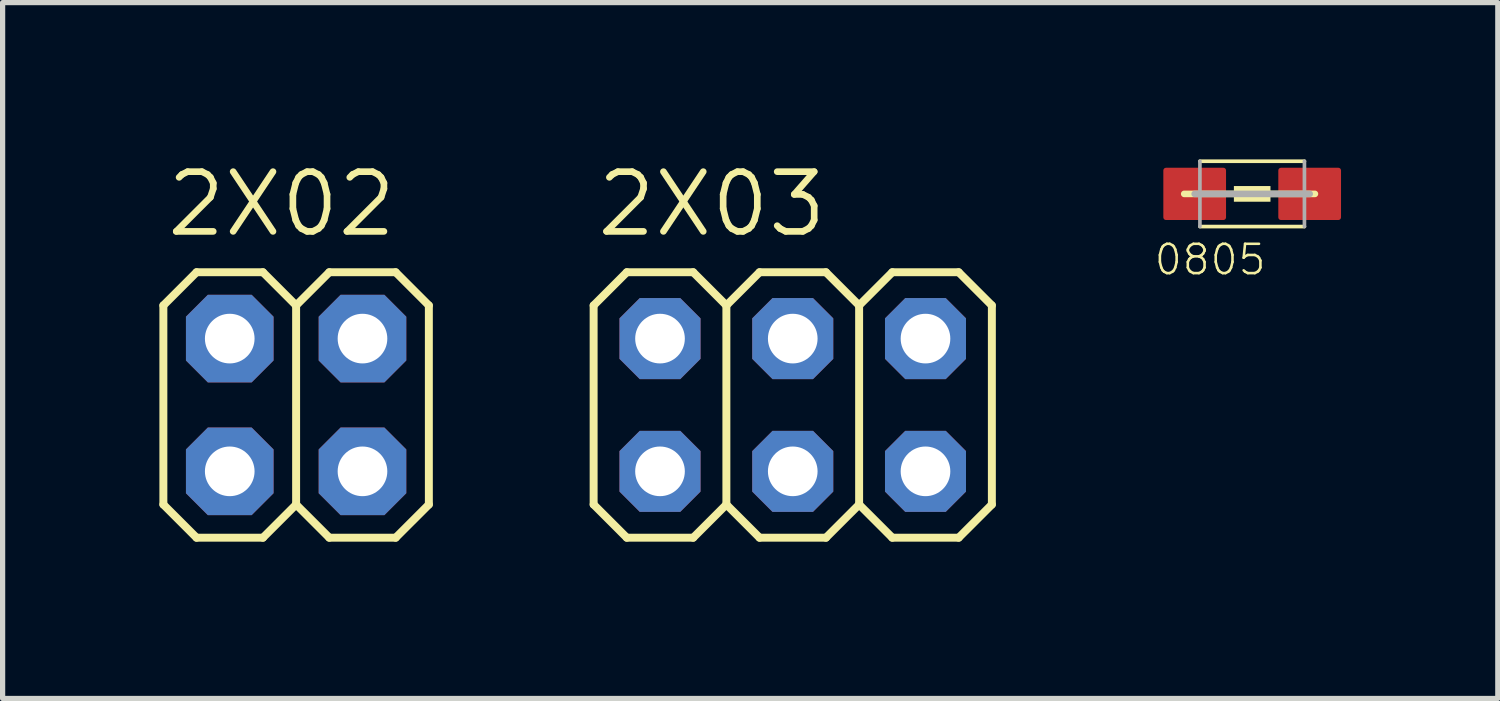
<source format=kicad_pcb>
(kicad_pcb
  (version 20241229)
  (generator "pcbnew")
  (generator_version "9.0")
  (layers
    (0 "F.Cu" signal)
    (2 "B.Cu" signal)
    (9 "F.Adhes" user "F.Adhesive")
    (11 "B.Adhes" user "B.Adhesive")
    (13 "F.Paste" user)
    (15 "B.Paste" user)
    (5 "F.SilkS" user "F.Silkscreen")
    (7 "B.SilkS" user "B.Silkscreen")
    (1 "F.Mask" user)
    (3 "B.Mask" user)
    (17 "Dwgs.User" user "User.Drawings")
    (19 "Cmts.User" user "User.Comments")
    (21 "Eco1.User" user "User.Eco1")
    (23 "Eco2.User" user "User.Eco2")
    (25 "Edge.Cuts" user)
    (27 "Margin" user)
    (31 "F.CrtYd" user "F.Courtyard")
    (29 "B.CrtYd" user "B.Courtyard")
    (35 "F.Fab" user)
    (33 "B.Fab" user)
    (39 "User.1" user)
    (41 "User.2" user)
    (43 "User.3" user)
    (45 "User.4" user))
  (footprint "2X02"
    (layer "F.Cu")
    (at 2.616 4.699)
    (property "Reference" "2X02" (at -2.54 -3.175 0) (layer "F.SilkS") (effects (font (size 1.143 1.143) (thickness 0.127)) (justify left bottom)))
    (fp_line (start -2.54 -1.905) (end -1.905 -2.54) (stroke (width 0.152) (type solid)) (layer "F.SilkS"))
    (fp_line (start -2.54 1.905) (end -2.54 -1.905) (stroke (width 0.152) (type solid)) (layer "F.SilkS"))
    (fp_line (start -2.54 1.905) (end -1.905 2.54) (stroke (width 0.152) (type solid)) (layer "F.SilkS"))
    (fp_line (start -1.905 -2.54) (end -0.635 -2.54) (stroke (width 0.152) (type solid)) (layer "F.SilkS"))
    (fp_line (start -1.905 2.54) (end -0.635 2.54) (stroke (width 0.152) (type solid)) (layer "F.SilkS"))
    (fp_line (start -0.635 -2.54) (end 0 -1.905) (stroke (width 0.152) (type solid)) (layer "F.SilkS"))
    (fp_line (start -0.635 2.54) (end 0 1.905) (stroke (width 0.152) (type solid)) (layer "F.SilkS"))
    (fp_line (start 0 -1.905) (end 0 1.905) (stroke (width 0.152) (type solid)) (layer "F.SilkS"))
    (fp_line (start 0 -1.905) (end 0.635 -2.54) (stroke (width 0.152) (type solid)) (layer "F.SilkS"))
    (fp_line (start 0 1.905) (end 0.635 2.54) (stroke (width 0.152) (type solid)) (layer "F.SilkS"))
    (fp_line (start 0.635 -2.54) (end 1.905 -2.54) (stroke (width 0.152) (type solid)) (layer "F.SilkS"))
    (fp_line (start 0.635 2.54) (end 1.905 2.54) (stroke (width 0.152) (type solid)) (layer "F.SilkS"))
    (fp_line (start 1.905 -2.54) (end 2.54 -1.905) (stroke (width 0.152) (type solid)) (layer "F.SilkS"))
    (fp_line (start 1.905 2.54) (end 2.54 1.905) (stroke (width 0.152) (type solid)) (layer "F.SilkS"))
    (fp_line (start 2.54 -1.905) (end 2.54 1.905) (stroke (width 0.152) (type solid)) (layer "F.SilkS"))
    (fp_poly (pts (xy -1.524 -1.016) (xy -1.016 -1.016) (xy -1.016 -1.524) (xy -1.524 -1.524)) (stroke (width 0.1) (type solid)) (fill no) (layer "F.Fab"))
    (fp_poly (pts (xy -1.524 1.524) (xy -1.016 1.524) (xy -1.016 1.016) (xy -1.524 1.016)) (stroke (width 0.1) (type solid)) (fill no) (layer "F.Fab"))
    (fp_poly (pts (xy 1.016 -1.016) (xy 1.524 -1.016) (xy 1.524 -1.524) (xy 1.016 -1.524)) (stroke (width 0.1) (type solid)) (fill no) (layer "F.Fab"))
    (fp_poly (pts (xy 1.016 1.524) (xy 1.524 1.524) (xy 1.524 1.016) (xy 1.016 1.016)) (stroke (width 0.1) (type solid)) (fill no) (layer "F.Fab"))
    (pad "1" thru_hole roundrect (at -1.27 1.27) (size 1.676 1.676) (drill 0.95) (layers "*.Cu" "*.Mask") (roundrect_rratio 0.25) (chamfer_ratio 0.25) (chamfer top_left top_right bottom_left bottom_right))
    (pad "2" thru_hole roundrect (at -1.27 -1.27) (size 1.676 1.676) (drill 0.95) (layers "*.Cu" "*.Mask") (roundrect_rratio 0.25) (chamfer_ratio 0.25) (chamfer top_left top_right bottom_left bottom_right))
    (pad "3" thru_hole roundrect (at 1.27 1.27) (size 1.676 1.676) (drill 0.95) (layers "*.Cu" "*.Mask") (roundrect_rratio 0.25) (chamfer_ratio 0.25) (chamfer top_left top_right bottom_left bottom_right))
    (pad "4" thru_hole roundrect (at 1.27 -1.27) (size 1.676 1.676) (drill 0.95) (layers "*.Cu" "*.Mask") (roundrect_rratio 0.25) (chamfer_ratio 0.25) (chamfer top_left top_right bottom_left bottom_right)))
  (footprint "2X03"
    (layer "F.Cu")
    (at 12.119 4.699)
    (property "Reference" "2X03" (at -3.81 -3.175 0) (layer "F.SilkS") (effects (font (size 1.143 1.143) (thickness 0.127)) (justify left bottom)))
    (fp_line (start -3.81 -1.905) (end -3.175 -2.54) (stroke (width 0.152) (type solid)) (layer "F.SilkS"))
    (fp_line (start -3.81 1.905) (end -3.81 -1.905) (stroke (width 0.152) (type solid)) (layer "F.SilkS"))
    (fp_line (start -3.81 1.905) (end -3.175 2.54) (stroke (width 0.152) (type solid)) (layer "F.SilkS"))
    (fp_line (start -3.175 -2.54) (end -1.905 -2.54) (stroke (width 0.152) (type solid)) (layer "F.SilkS"))
    (fp_line (start -3.175 2.54) (end -1.905 2.54) (stroke (width 0.152) (type solid)) (layer "F.SilkS"))
    (fp_line (start -1.905 -2.54) (end -1.27 -1.905) (stroke (width 0.152) (type solid)) (layer "F.SilkS"))
    (fp_line (start -1.905 2.54) (end -1.27 1.905) (stroke (width 0.152) (type solid)) (layer "F.SilkS"))
    (fp_line (start -1.27 -1.905) (end -1.27 1.905) (stroke (width 0.152) (type solid)) (layer "F.SilkS"))
    (fp_line (start -1.27 -1.905) (end -0.635 -2.54) (stroke (width 0.152) (type solid)) (layer "F.SilkS"))
    (fp_line (start -1.27 1.905) (end -0.635 2.54) (stroke (width 0.152) (type solid)) (layer "F.SilkS"))
    (fp_line (start -0.635 -2.54) (end 0.635 -2.54) (stroke (width 0.152) (type solid)) (layer "F.SilkS"))
    (fp_line (start -0.635 2.54) (end 0.635 2.54) (stroke (width 0.152) (type solid)) (layer "F.SilkS"))
    (fp_line (start 0.635 -2.54) (end 1.27 -1.905) (stroke (width 0.152) (type solid)) (layer "F.SilkS"))
    (fp_line (start 0.635 2.54) (end 1.27 1.905) (stroke (width 0.152) (type solid)) (layer "F.SilkS"))
    (fp_line (start 1.27 -1.905) (end 1.27 1.905) (stroke (width 0.152) (type solid)) (layer "F.SilkS"))
    (fp_line (start 1.27 -1.905) (end 1.905 -2.54) (stroke (width 0.152) (type solid)) (layer "F.SilkS"))
    (fp_line (start 1.27 1.905) (end 1.905 2.54) (stroke (width 0.152) (type solid)) (layer "F.SilkS"))
    (fp_line (start 1.905 -2.54) (end 3.175 -2.54) (stroke (width 0.152) (type solid)) (layer "F.SilkS"))
    (fp_line (start 1.905 2.54) (end 3.175 2.54) (stroke (width 0.152) (type solid)) (layer "F.SilkS"))
    (fp_line (start 3.175 -2.54) (end 3.81 -1.905) (stroke (width 0.152) (type solid)) (layer "F.SilkS"))
    (fp_line (start 3.175 2.54) (end 3.81 1.905) (stroke (width 0.152) (type solid)) (layer "F.SilkS"))
    (fp_line (start 3.81 -1.905) (end 3.81 1.905) (stroke (width 0.152) (type solid)) (layer "F.SilkS"))
    (fp_poly (pts (xy -2.794 -1.016) (xy -2.286 -1.016) (xy -2.286 -1.524) (xy -2.794 -1.524)) (stroke (width 0.1) (type solid)) (fill no) (layer "F.Fab"))
    (fp_poly (pts (xy -2.794 1.524) (xy -2.286 1.524) (xy -2.286 1.016) (xy -2.794 1.016)) (stroke (width 0.1) (type solid)) (fill no) (layer "F.Fab"))
    (fp_poly (pts (xy -0.254 -1.016) (xy 0.254 -1.016) (xy 0.254 -1.524) (xy -0.254 -1.524)) (stroke (width 0.1) (type solid)) (fill no) (layer "F.Fab"))
    (fp_poly (pts (xy -0.254 1.524) (xy 0.254 1.524) (xy 0.254 1.016) (xy -0.254 1.016)) (stroke (width 0.1) (type solid)) (fill no) (layer "F.Fab"))
    (fp_poly (pts (xy 2.286 -1.016) (xy 2.794 -1.016) (xy 2.794 -1.524) (xy 2.286 -1.524)) (stroke (width 0.1) (type solid)) (fill no) (layer "F.Fab"))
    (fp_poly (pts (xy 2.286 1.524) (xy 2.794 1.524) (xy 2.794 1.016) (xy 2.286 1.016)) (stroke (width 0.1) (type solid)) (fill no) (layer "F.Fab"))
    (pad "1" thru_hole roundrect (at -2.54 1.27) (size 1.55 1.55) (drill 0.95) (layers "*.Cu" "*.Mask") (roundrect_rratio 0.25) (chamfer_ratio 0.25) (chamfer top_left top_right bottom_left bottom_right))
    (pad "2" thru_hole roundrect (at -2.54 -1.27) (size 1.55 1.55) (drill 0.95) (layers "*.Cu" "*.Mask") (roundrect_rratio 0.25) (chamfer_ratio 0.25) (chamfer top_left top_right bottom_left bottom_right))
    (pad "3" thru_hole roundrect (at 0 1.27) (size 1.55 1.55) (drill 0.95) (layers "*.Cu" "*.Mask") (roundrect_rratio 0.25) (chamfer_ratio 0.25) (chamfer top_left top_right bottom_left bottom_right))
    (pad "4" thru_hole roundrect (at 0 -1.27) (size 1.55 1.55) (drill 0.95) (layers "*.Cu" "*.Mask") (roundrect_rratio 0.25) (chamfer_ratio 0.25) (chamfer top_left top_right bottom_left bottom_right))
    (pad "5" thru_hole roundrect (at 2.54 1.27) (size 1.55 1.55) (drill 0.95) (layers "*.Cu" "*.Mask") (roundrect_rratio 0.25) (chamfer_ratio 0.25) (chamfer top_left top_right bottom_left bottom_right))
    (pad "6" thru_hole roundrect (at 2.54 -1.27) (size 1.55 1.55) (drill 0.95) (layers "*.Cu" "*.Mask") (roundrect_rratio 0.25) (chamfer_ratio 0.25) (chamfer top_left top_right bottom_left bottom_right)))
  (footprint "0805"
    (layer "F.Cu")
    (at 20.91 0.66)
    (property "Reference" "0805" (at -1.905 1.587 0) (layer "F.SilkS") (effects (font (size 0.561 0.561) (thickness 0.049)) (justify left bottom)))
    (fp_line (start -1.3 0) (end 1.2 0) (stroke (width 0.127) (type solid)) (layer "F.SilkS"))
    (fp_line (start -1 -0.625) (end 1 -0.625) (stroke (width 0.07) (type solid)) (layer "F.SilkS"))
    (fp_line (start 1 0.625) (end -1 0.625) (stroke (width 0.07) (type solid)) (layer "F.SilkS"))
    (fp_poly (pts (xy -0.35 0.15) (xy 0.35 0.15) (xy 0.35 -0.15) (xy -0.35 -0.15)) (stroke (width 0) (type solid)) (fill yes) (layer "F.SilkS"))
    (fp_line (start -1.1 0) (end 1.1 0) (stroke (width 0.127) (type solid)) (layer "F.Fab"))
    (fp_line (start -1 0.625) (end -1 -0.625) (stroke (width 0.07) (type solid)) (layer "F.Fab"))
    (fp_line (start 1 -0.625) (end 1 0.625) (stroke (width 0.07) (type solid)) (layer "F.Fab"))
    (pad "1" smd roundrect (at -1.1 0) (size 1.2 1) (layers "F.Cu" "F.Mask" "F.Paste") (roundrect_rratio 0.051))
    (pad "2" smd roundrect (at 1.1 0) (size 1.2 1) (layers "F.Cu" "F.Mask" "F.Paste") (roundrect_rratio 0.051)))
  (gr_rect
    (start -3 -3)
    (end 25.61 10.315)
    (stroke (width 0.1) (type default))
    (fill no)
    (layer "Edge.Cuts")))
</source>
